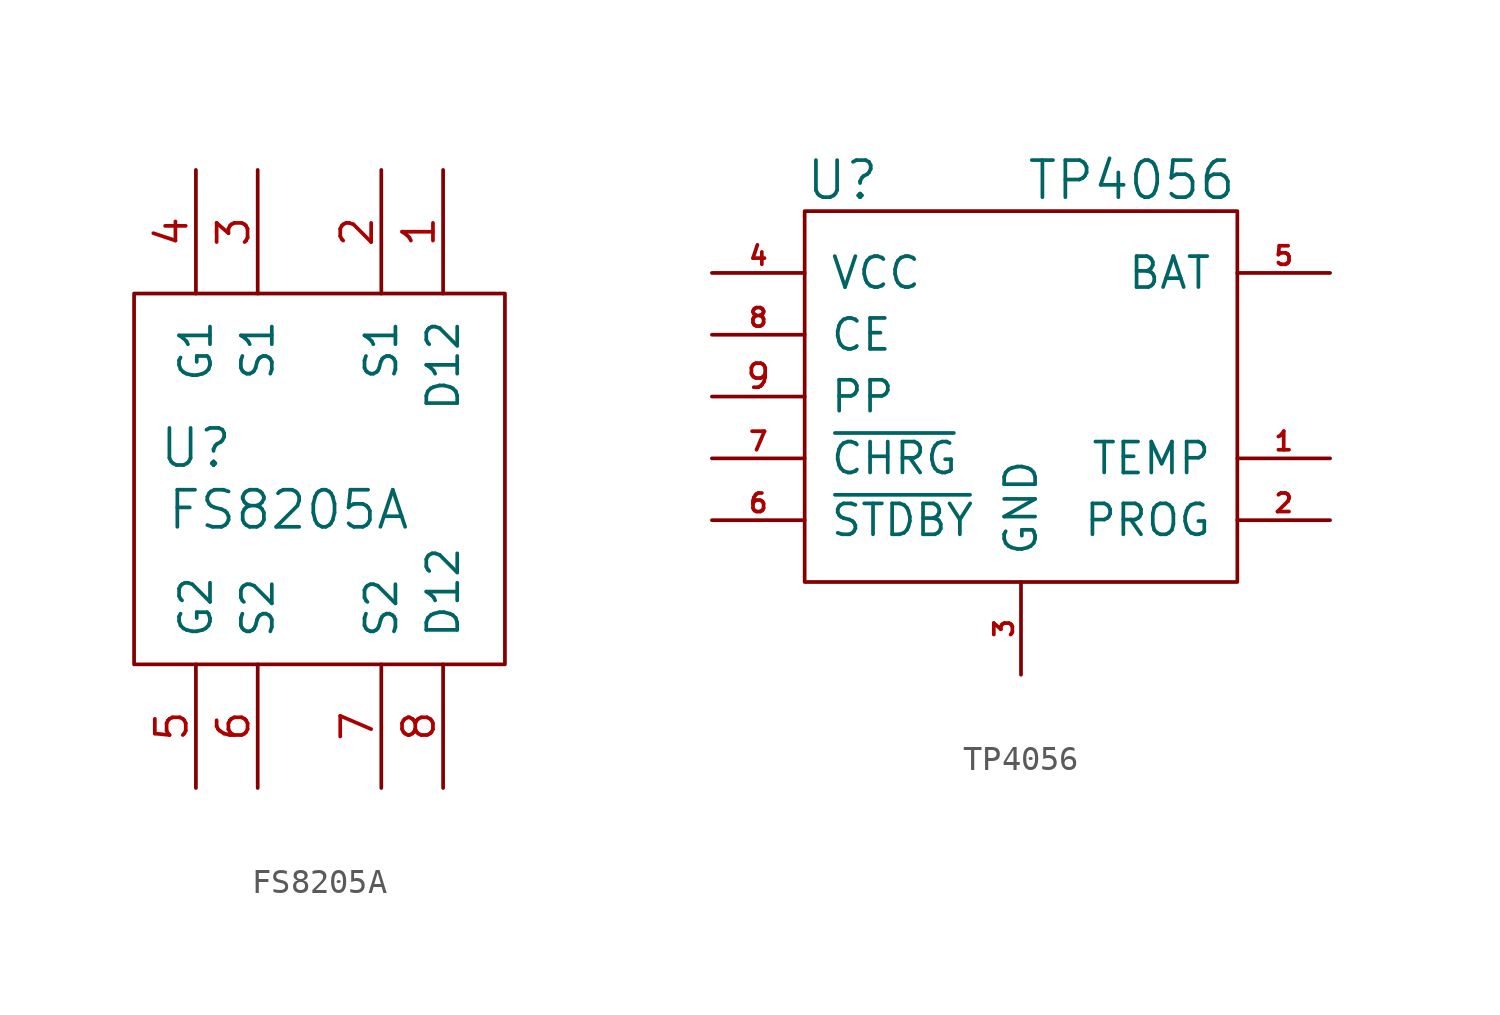
<source format=kicad_sym>
(kicad_symbol_lib
  (version 20211014)
  (generator kicad_symbol_editor)
  (symbol "FS8205A"
    (pin_names
      (offset 1.016))
    (property "Reference" "U"
      (at -5.08 -1.27 0)
      (effects (font (size 1.524 1.524))))
    (property "Value" "FS8205A"
      (at -1.27 -3.81 0)
      (effects (font (size 1.524 1.524))))
    (symbol "FS8205A_0_1"
      (rectangle (start -7.62 5.08) (end 7.62 -10.16) (stroke (width 0) (type default) (color 0 0 0 0)) (fill (type none))))
    (symbol "FS8205A_1_1"
      (pin input line (at 5.08 10.16 270) (length 5.08) (name "D12" (effects (font (size 1.27 1.27)))) (number "1" (effects (font (size 1.27 1.27)))))
      (pin input line (at 2.54 10.16 270) (length 5.08) (name "S1" (effects (font (size 1.27 1.27)))) (number "2" (effects (font (size 1.27 1.27)))))
      (pin input line (at -2.54 10.16 270) (length 5.08) (name "S1" (effects (font (size 1.27 1.27)))) (number "3" (effects (font (size 1.27 1.27)))))
      (pin input line (at -5.08 10.16 270) (length 5.08) (name "G1" (effects (font (size 1.27 1.27)))) (number "4" (effects (font (size 1.27 1.27)))))
      (pin input line (at -5.08 -15.24 90) (length 5.08) (name "G2" (effects (font (size 1.27 1.27)))) (number "5" (effects (font (size 1.27 1.27)))))
      (pin input line (at -2.54 -15.24 90) (length 5.08) (name "S2" (effects (font (size 1.27 1.27)))) (number "6" (effects (font (size 1.27 1.27)))))
      (pin input line (at 2.54 -15.24 90) (length 5.08) (name "S2" (effects (font (size 1.27 1.27)))) (number "7" (effects (font (size 1.27 1.27)))))
      (pin input line (at 5.08 -15.24 90) (length 5.08) (name "D12" (effects (font (size 1.27 1.27)))) (number "8" (effects (font (size 1.27 1.27)))))))
  (symbol "TP4056"
    (pin_names
      (offset 1.016))
    (property "Reference" "U"
      (at -8.89 10.16 0)
      (effects (font (size 1.524 1.524)) (justify left)))
    (property "Value" "TP4056"
      (at 8.89 10.16 0)
      (effects (font (size 1.524 1.524)) (justify right)))
    (property "Footprint" ""
      (at 0 0 0)
      (effects (font (size 1.524 1.524))))
    (property "Datasheet" ""
      (at 0 0 0)
      (effects (font (size 1.524 1.524))))
    (symbol "TP4056_0_1"
      (rectangle (start -8.89 8.89) (end 8.89 -6.35) (stroke (width 0) (type default) (color 0 0 0 0)) (fill (type none))))
    (symbol "TP4056_1_1"
      (pin passive line (at 12.7 -1.27 180) (length 3.81) (name "TEMP" (effects (font (size 1.27 1.27)))) (number "1" (effects (font (size 0.762 0.762)))))
      (pin passive line (at 12.7 -3.81 180) (length 3.81) (name "PROG" (effects (font (size 1.27 1.27)))) (number "2" (effects (font (size 0.762 0.762)))))
      (pin power_in line (at 0 -10.16 90) (length 3.81) (name "GND" (effects (font (size 1.27 1.27)))) (number "3" (effects (font (size 0.762 0.762)))))
      (pin power_in line (at -12.7 6.35 0) (length 3.81) (name "VCC" (effects (font (size 1.27 1.27)))) (number "4" (effects (font (size 0.762 0.762)))))
      (pin power_out line (at 12.7 6.35 180) (length 3.81) (name "BAT" (effects (font (size 1.27 1.27)))) (number "5" (effects (font (size 0.762 0.762)))))
      (pin open_collector line (at -12.7 -3.81 0) (length 3.81) (name "~{STDBY}" (effects (font (size 1.27 1.27)))) (number "6" (effects (font (size 0.762 0.762)))))
      (pin open_collector line (at -12.7 -1.27 0) (length 3.81) (name "~{CHRG}" (effects (font (size 1.27 1.27)))) (number "7" (effects (font (size 0.762 0.762)))))
      (pin input line (at -12.7 3.81 0) (length 3.81) (name "CE" (effects (font (size 1.27 1.27)))) (number "8" (effects (font (size 0.762 0.762)))))
      (pin input line (at -12.7 1.27 0) (length 3.81) (name "PP" (effects (font (size 1.27 1.27)))) (number "9" (effects (font (size 0.991 0.991))))))))
</source>
